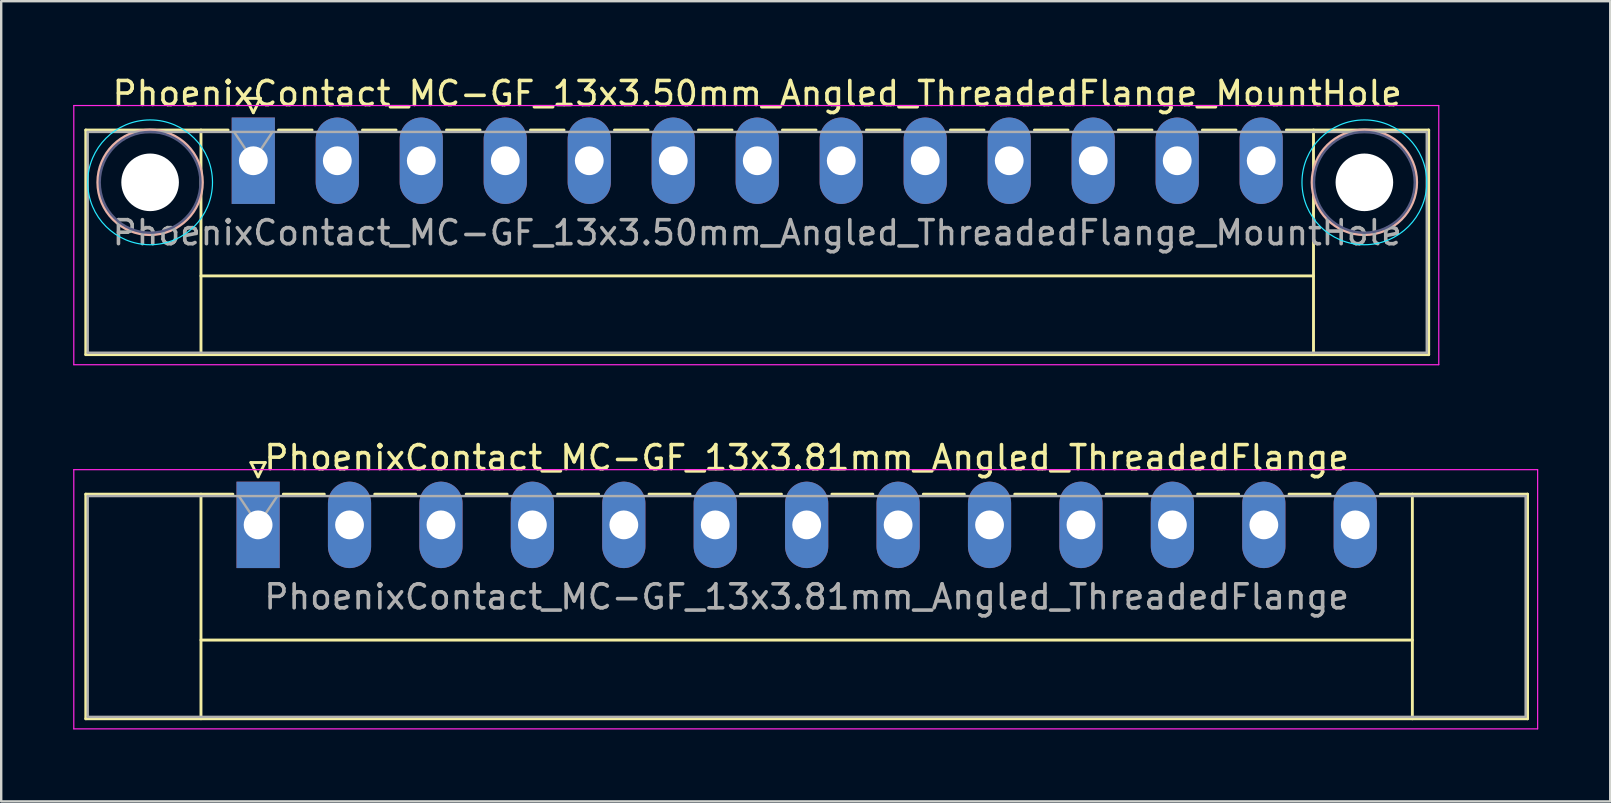
<source format=kicad_pcb>
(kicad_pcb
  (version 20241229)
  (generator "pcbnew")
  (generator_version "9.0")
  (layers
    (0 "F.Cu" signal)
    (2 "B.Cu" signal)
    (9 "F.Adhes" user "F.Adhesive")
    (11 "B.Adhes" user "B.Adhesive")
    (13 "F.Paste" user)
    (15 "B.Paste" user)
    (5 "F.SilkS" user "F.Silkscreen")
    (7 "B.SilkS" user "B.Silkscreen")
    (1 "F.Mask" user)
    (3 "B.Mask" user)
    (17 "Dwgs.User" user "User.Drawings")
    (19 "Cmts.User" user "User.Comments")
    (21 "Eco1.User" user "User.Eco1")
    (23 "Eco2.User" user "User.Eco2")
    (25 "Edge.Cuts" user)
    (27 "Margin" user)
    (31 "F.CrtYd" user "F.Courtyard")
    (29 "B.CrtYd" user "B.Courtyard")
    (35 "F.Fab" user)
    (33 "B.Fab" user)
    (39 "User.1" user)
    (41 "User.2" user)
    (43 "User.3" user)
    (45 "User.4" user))
  (footprint "PhoenixContact_MC-GF_13x3.81mm_Angled_ThreadedFlange"
    (layer "F.Cu")
    (at 7.705 18.822)
    (property "Reference" "PhoenixContact_MC-GF_13x3.81mm_Angled_ThreadedFlange" (at 22.86 -2.8 0) (layer "F.SilkS") (effects (font (size 1 1) (thickness 0.15))))
    (attr through_hole)
    (fp_line (start -7.18 -1.28) (end -7.18 8.08) (stroke (width 0.12) (type solid)) (layer "F.SilkS"))
    (fp_line (start -7.18 -1.28) (end -1.05 -1.28) (stroke (width 0.12) (type solid)) (layer "F.SilkS"))
    (fp_line (start -7.18 8.08) (end 52.9 8.08) (stroke (width 0.12) (type solid)) (layer "F.SilkS"))
    (fp_line (start -2.38 -1.28) (end -2.38 8.08) (stroke (width 0.12) (type solid)) (layer "F.SilkS"))
    (fp_line (start -2.38 4.8) (end 48.1 4.8) (stroke (width 0.12) (type solid)) (layer "F.SilkS"))
    (fp_line (start -0.3 -2.6) (end 0.3 -2.6) (stroke (width 0.12) (type solid)) (layer "F.SilkS"))
    (fp_line (start 0 -2) (end -0.3 -2.6) (stroke (width 0.12) (type solid)) (layer "F.SilkS"))
    (fp_line (start 0.3 -2.6) (end 0 -2) (stroke (width 0.12) (type solid)) (layer "F.SilkS"))
    (fp_line (start 1.05 -1.28) (end 2.76 -1.28) (stroke (width 0.12) (type solid)) (layer "F.SilkS"))
    (fp_line (start 4.86 -1.28) (end 6.57 -1.28) (stroke (width 0.12) (type solid)) (layer "F.SilkS"))
    (fp_line (start 8.67 -1.28) (end 10.38 -1.28) (stroke (width 0.12) (type solid)) (layer "F.SilkS"))
    (fp_line (start 12.48 -1.28) (end 14.19 -1.28) (stroke (width 0.12) (type solid)) (layer "F.SilkS"))
    (fp_line (start 16.29 -1.28) (end 18 -1.28) (stroke (width 0.12) (type solid)) (layer "F.SilkS"))
    (fp_line (start 20.1 -1.28) (end 21.81 -1.28) (stroke (width 0.12) (type solid)) (layer "F.SilkS"))
    (fp_line (start 23.91 -1.28) (end 25.62 -1.28) (stroke (width 0.12) (type solid)) (layer "F.SilkS"))
    (fp_line (start 27.72 -1.28) (end 29.43 -1.28) (stroke (width 0.12) (type solid)) (layer "F.SilkS"))
    (fp_line (start 31.53 -1.28) (end 33.24 -1.28) (stroke (width 0.12) (type solid)) (layer "F.SilkS"))
    (fp_line (start 35.34 -1.28) (end 37.05 -1.28) (stroke (width 0.12) (type solid)) (layer "F.SilkS"))
    (fp_line (start 39.15 -1.28) (end 40.86 -1.28) (stroke (width 0.12) (type solid)) (layer "F.SilkS"))
    (fp_line (start 42.96 -1.28) (end 44.67 -1.28) (stroke (width 0.12) (type solid)) (layer "F.SilkS"))
    (fp_line (start 48.1 -1.28) (end 48.1 8.08) (stroke (width 0.12) (type solid)) (layer "F.SilkS"))
    (fp_line (start 52.9 -1.28) (end 46.77 -1.28) (stroke (width 0.12) (type solid)) (layer "F.SilkS"))
    (fp_line (start 52.9 8.08) (end 52.9 -1.28) (stroke (width 0.12) (type solid)) (layer "F.SilkS"))
    (fp_line (start -7.68 -2.3) (end -7.68 8.5) (stroke (width 0.05) (type solid)) (layer "F.CrtYd"))
    (fp_line (start -7.68 8.5) (end 53.32 8.5) (stroke (width 0.05) (type solid)) (layer "F.CrtYd"))
    (fp_line (start 53.32 -2.3) (end -7.68 -2.3) (stroke (width 0.05) (type solid)) (layer "F.CrtYd"))
    (fp_line (start 53.32 8.5) (end 53.32 -2.3) (stroke (width 0.05) (type solid)) (layer "F.CrtYd"))
    (fp_line (start -7.1 -1.2) (end -7.1 8) (stroke (width 0.1) (type solid)) (layer "F.Fab"))
    (fp_line (start -7.1 8) (end 52.82 8) (stroke (width 0.1) (type solid)) (layer "F.Fab"))
    (fp_line (start 0 0) (end -0.8 -1.2) (stroke (width 0.1) (type solid)) (layer "F.Fab"))
    (fp_line (start 0.8 -1.2) (end 0 0) (stroke (width 0.1) (type solid)) (layer "F.Fab"))
    (fp_line (start 52.82 -1.2) (end -7.1 -1.2) (stroke (width 0.1) (type solid)) (layer "F.Fab"))
    (fp_line (start 52.82 8) (end 52.82 -1.2) (stroke (width 0.1) (type solid)) (layer "F.Fab"))
    (fp_text user "${REFERENCE}" (at 22.86 3 0) (layer "F.Fab") (effects (font (size 1 1) (thickness 0.15))))
    (pad "1" thru_hole rect (at 0 0) (size 1.8 3.6) (drill 1.2) (layers "*.Cu" "*.Mask"))
    (pad "2" thru_hole oval (at 3.81 0) (size 1.8 3.6) (drill 1.2) (layers "*.Cu" "*.Mask"))
    (pad "3" thru_hole oval (at 7.62 0) (size 1.8 3.6) (drill 1.2) (layers "*.Cu" "*.Mask"))
    (pad "4" thru_hole oval (at 11.43 0) (size 1.8 3.6) (drill 1.2) (layers "*.Cu" "*.Mask"))
    (pad "5" thru_hole oval (at 15.24 0) (size 1.8 3.6) (drill 1.2) (layers "*.Cu" "*.Mask"))
    (pad "6" thru_hole oval (at 19.05 0) (size 1.8 3.6) (drill 1.2) (layers "*.Cu" "*.Mask"))
    (pad "7" thru_hole oval (at 22.86 0) (size 1.8 3.6) (drill 1.2) (layers "*.Cu" "*.Mask"))
    (pad "8" thru_hole oval (at 26.67 0) (size 1.8 3.6) (drill 1.2) (layers "*.Cu" "*.Mask"))
    (pad "9" thru_hole oval (at 30.48 0) (size 1.8 3.6) (drill 1.2) (layers "*.Cu" "*.Mask"))
    (pad "10" thru_hole oval (at 34.29 0) (size 1.8 3.6) (drill 1.2) (layers "*.Cu" "*.Mask"))
    (pad "11" thru_hole oval (at 38.1 0) (size 1.8 3.6) (drill 1.2) (layers "*.Cu" "*.Mask"))
    (pad "12" thru_hole oval (at 41.91 0) (size 1.8 3.6) (drill 1.2) (layers "*.Cu" "*.Mask"))
    (pad "13" thru_hole oval (at 45.72 0) (size 1.8 3.6) (drill 1.2) (layers "*.Cu" "*.Mask")))
  (footprint "PhoenixContact_MC-GF_13x3.50mm_Angled_ThreadedFlange_MountHole"
    (layer "F.Cu")
    (at 7.505 3.648)
    (property "Reference" "PhoenixContact_MC-GF_13x3.50mm_Angled_ThreadedFlange_MountHole" (at 21 -2.8 0) (layer "F.SilkS") (effects (font (size 1 1) (thickness 0.15))))
    (attr through_hole)
    (fp_line (start -6.98 -1.28) (end -6.98 8.08) (stroke (width 0.12) (type solid)) (layer "F.SilkS"))
    (fp_line (start -6.98 -1.28) (end -1.05 -1.28) (stroke (width 0.12) (type solid)) (layer "F.SilkS"))
    (fp_line (start -6.98 8.08) (end 48.98 8.08) (stroke (width 0.12) (type solid)) (layer "F.SilkS"))
    (fp_line (start -2.18 -1.28) (end -2.18 8.08) (stroke (width 0.12) (type solid)) (layer "F.SilkS"))
    (fp_line (start -2.18 4.8) (end 44.18 4.8) (stroke (width 0.12) (type solid)) (layer "F.SilkS"))
    (fp_line (start -0.3 -2.6) (end 0.3 -2.6) (stroke (width 0.12) (type solid)) (layer "F.SilkS"))
    (fp_line (start 0 -2) (end -0.3 -2.6) (stroke (width 0.12) (type solid)) (layer "F.SilkS"))
    (fp_line (start 0.3 -2.6) (end 0 -2) (stroke (width 0.12) (type solid)) (layer "F.SilkS"))
    (fp_line (start 1.05 -1.28) (end 2.45 -1.28) (stroke (width 0.12) (type solid)) (layer "F.SilkS"))
    (fp_line (start 4.55 -1.28) (end 5.95 -1.28) (stroke (width 0.12) (type solid)) (layer "F.SilkS"))
    (fp_line (start 8.05 -1.28) (end 9.45 -1.28) (stroke (width 0.12) (type solid)) (layer "F.SilkS"))
    (fp_line (start 11.55 -1.28) (end 12.95 -1.28) (stroke (width 0.12) (type solid)) (layer "F.SilkS"))
    (fp_line (start 15.05 -1.28) (end 16.45 -1.28) (stroke (width 0.12) (type solid)) (layer "F.SilkS"))
    (fp_line (start 18.55 -1.28) (end 19.95 -1.28) (stroke (width 0.12) (type solid)) (layer "F.SilkS"))
    (fp_line (start 22.05 -1.28) (end 23.45 -1.28) (stroke (width 0.12) (type solid)) (layer "F.SilkS"))
    (fp_line (start 25.55 -1.28) (end 26.95 -1.28) (stroke (width 0.12) (type solid)) (layer "F.SilkS"))
    (fp_line (start 29.05 -1.28) (end 30.45 -1.28) (stroke (width 0.12) (type solid)) (layer "F.SilkS"))
    (fp_line (start 32.55 -1.28) (end 33.95 -1.28) (stroke (width 0.12) (type solid)) (layer "F.SilkS"))
    (fp_line (start 36.05 -1.28) (end 37.45 -1.28) (stroke (width 0.12) (type solid)) (layer "F.SilkS"))
    (fp_line (start 39.55 -1.28) (end 40.95 -1.28) (stroke (width 0.12) (type solid)) (layer "F.SilkS"))
    (fp_line (start 44.18 -1.28) (end 44.18 8.08) (stroke (width 0.12) (type solid)) (layer "F.SilkS"))
    (fp_line (start 48.98 -1.28) (end 43.05 -1.28) (stroke (width 0.12) (type solid)) (layer "F.SilkS"))
    (fp_line (start 48.98 8.08) (end 48.98 -1.28) (stroke (width 0.12) (type solid)) (layer "F.SilkS"))
    (fp_circle (center -4.3 0.9) (end -2.12 0.9) (stroke (width 0.12) (type solid)) (fill no) (layer "B.SilkS"))
    (fp_circle (center 46.3 0.9) (end 48.48 0.9) (stroke (width 0.12) (type solid)) (fill no) (layer "B.SilkS"))
    (fp_circle (center -4.3 0.9) (end -1.7 0.9) (stroke (width 0.05) (type solid)) (fill no) (layer "B.CrtYd"))
    (fp_circle (center 46.3 0.9) (end 48.9 0.9) (stroke (width 0.05) (type solid)) (fill no) (layer "B.CrtYd"))
    (fp_line (start -7.48 -2.3) (end -7.48 8.5) (stroke (width 0.05) (type solid)) (layer "F.CrtYd"))
    (fp_line (start -7.48 8.5) (end 49.4 8.5) (stroke (width 0.05) (type solid)) (layer "F.CrtYd"))
    (fp_line (start 49.4 -2.3) (end -7.48 -2.3) (stroke (width 0.05) (type solid)) (layer "F.CrtYd"))
    (fp_line (start 49.4 8.5) (end 49.4 -2.3) (stroke (width 0.05) (type solid)) (layer "F.CrtYd"))
    (fp_circle (center -4.3 0.9) (end -2.2 0.9) (stroke (width 0.1) (type solid)) (fill no) (layer "B.Fab"))
    (fp_circle (center 46.3 0.9) (end 48.4 0.9) (stroke (width 0.1) (type solid)) (fill no) (layer "B.Fab"))
    (fp_line (start -6.9 -1.2) (end -6.9 8) (stroke (width 0.1) (type solid)) (layer "F.Fab"))
    (fp_line (start -6.9 8) (end 48.9 8) (stroke (width 0.1) (type solid)) (layer "F.Fab"))
    (fp_line (start 0 0) (end -0.8 -1.2) (stroke (width 0.1) (type solid)) (layer "F.Fab"))
    (fp_line (start 0.8 -1.2) (end 0 0) (stroke (width 0.1) (type solid)) (layer "F.Fab"))
    (fp_line (start 48.9 -1.2) (end -6.9 -1.2) (stroke (width 0.1) (type solid)) (layer "F.Fab"))
    (fp_line (start 48.9 8) (end 48.9 -1.2) (stroke (width 0.1) (type solid)) (layer "F.Fab"))
    (fp_text user "${REFERENCE}" (at 21 3 0) (layer "F.Fab") (effects (font (size 1 1) (thickness 0.15))))
    (pad "" np_thru_hole circle (at -4.3 0.9) (size 2.4 2.4) (drill 2.4) (layers "*.Cu" "*.Mask"))
    (pad "" np_thru_hole circle (at 46.3 0.9) (size 2.4 2.4) (drill 2.4) (layers "*.Cu" "*.Mask"))
    (pad "1" thru_hole rect (at 0 0) (size 1.8 3.6) (drill 1.2) (layers "*.Cu" "*.Mask"))
    (pad "2" thru_hole oval (at 3.5 0) (size 1.8 3.6) (drill 1.2) (layers "*.Cu" "*.Mask"))
    (pad "3" thru_hole oval (at 7 0) (size 1.8 3.6) (drill 1.2) (layers "*.Cu" "*.Mask"))
    (pad "4" thru_hole oval (at 10.5 0) (size 1.8 3.6) (drill 1.2) (layers "*.Cu" "*.Mask"))
    (pad "5" thru_hole oval (at 14 0) (size 1.8 3.6) (drill 1.2) (layers "*.Cu" "*.Mask"))
    (pad "6" thru_hole oval (at 17.5 0) (size 1.8 3.6) (drill 1.2) (layers "*.Cu" "*.Mask"))
    (pad "7" thru_hole oval (at 21 0) (size 1.8 3.6) (drill 1.2) (layers "*.Cu" "*.Mask"))
    (pad "8" thru_hole oval (at 24.5 0) (size 1.8 3.6) (drill 1.2) (layers "*.Cu" "*.Mask"))
    (pad "9" thru_hole oval (at 28 0) (size 1.8 3.6) (drill 1.2) (layers "*.Cu" "*.Mask"))
    (pad "10" thru_hole oval (at 31.5 0) (size 1.8 3.6) (drill 1.2) (layers "*.Cu" "*.Mask"))
    (pad "11" thru_hole oval (at 35 0) (size 1.8 3.6) (drill 1.2) (layers "*.Cu" "*.Mask"))
    (pad "12" thru_hole oval (at 38.5 0) (size 1.8 3.6) (drill 1.2) (layers "*.Cu" "*.Mask"))
    (pad "13" thru_hole oval (at 42 0) (size 1.8 3.6) (drill 1.2) (layers "*.Cu" "*.Mask")))
  (gr_rect
    (start -3 -3)
    (end 64.05 30.346)
    (stroke (width 0.1) (type default))
    (fill no)
    (layer "Edge.Cuts")))
</source>
